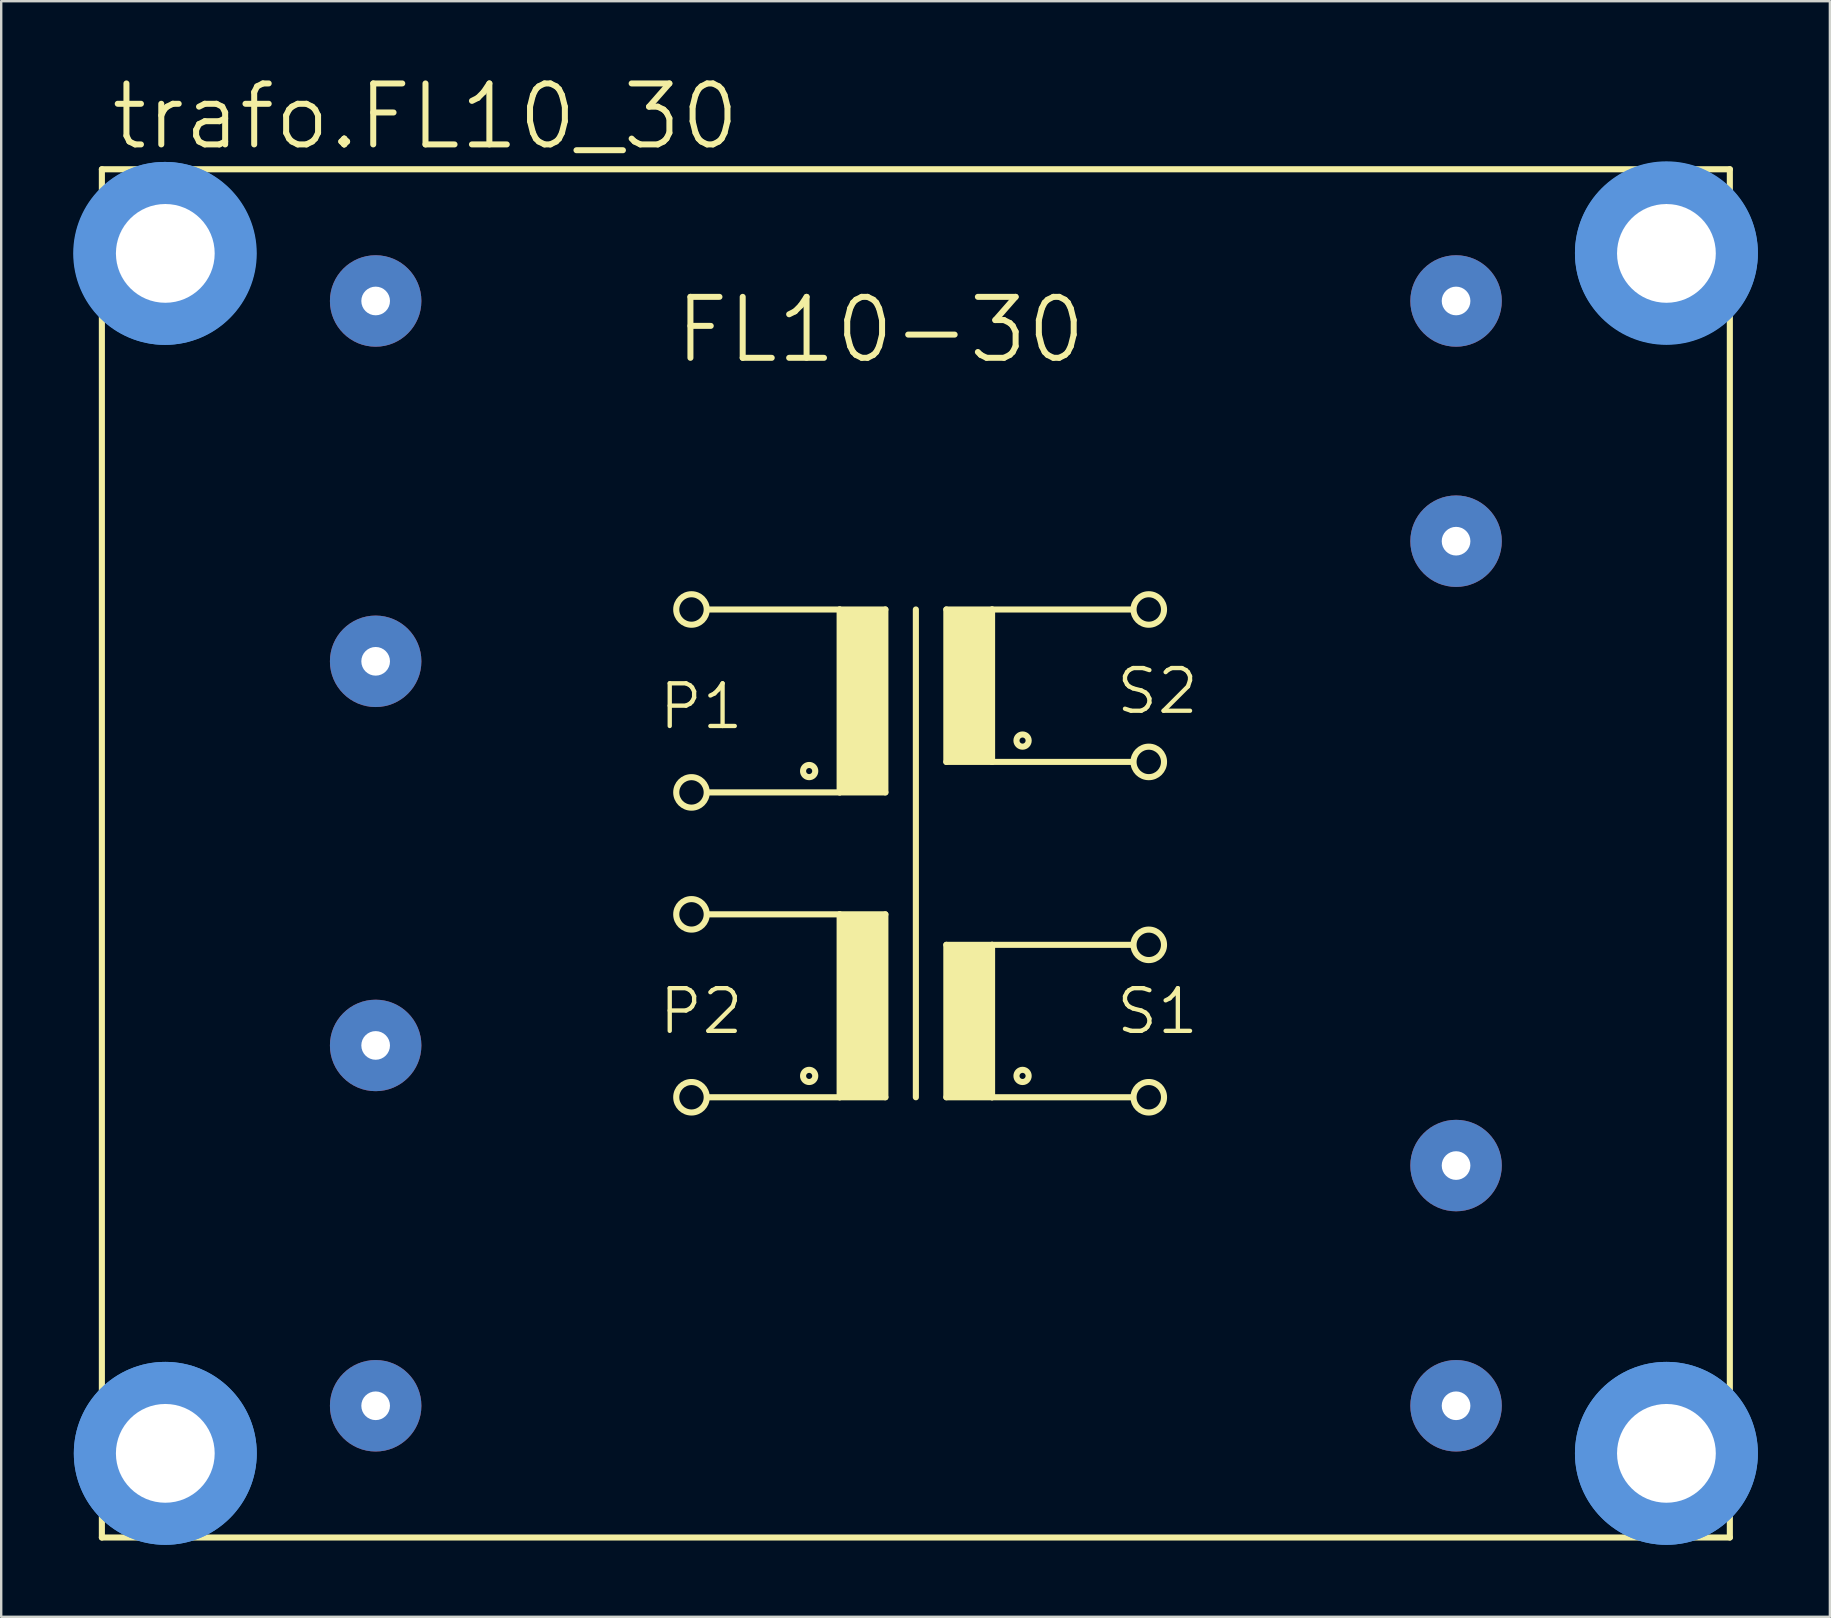
<source format=kicad_pcb>
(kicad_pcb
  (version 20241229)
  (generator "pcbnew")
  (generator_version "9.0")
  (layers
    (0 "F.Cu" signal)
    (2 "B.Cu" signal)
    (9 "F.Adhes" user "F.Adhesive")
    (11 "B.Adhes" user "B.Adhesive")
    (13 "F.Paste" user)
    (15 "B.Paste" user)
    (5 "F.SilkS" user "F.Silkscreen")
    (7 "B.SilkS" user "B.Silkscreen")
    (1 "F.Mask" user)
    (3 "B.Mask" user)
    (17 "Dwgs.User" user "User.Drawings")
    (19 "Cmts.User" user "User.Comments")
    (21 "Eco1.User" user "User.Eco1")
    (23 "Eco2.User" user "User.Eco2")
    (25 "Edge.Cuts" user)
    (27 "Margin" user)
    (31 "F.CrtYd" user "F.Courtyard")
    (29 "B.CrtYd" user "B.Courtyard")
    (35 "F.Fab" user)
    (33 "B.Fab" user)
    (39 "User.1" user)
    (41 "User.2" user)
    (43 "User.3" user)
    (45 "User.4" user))
  (footprint "trafo.FL10_30"
    (layer "F.Cu")
    (at 35.103 32.5)
    (property "Reference" "trafo.FL10_30" (at -33.655 -29.21 0) (layer "F.SilkS") (effects (font (size 2.54 2.54) (thickness 0.25)) (justify left bottom)))
    (attr through_hole)
    (fp_line (start -33.909 -28.499) (end -33.909 28.499) (stroke (width 0.254) (type default)) (layer "F.SilkS"))
    (fp_line (start -33.909 -28.499) (end 33.909 -28.499) (stroke (width 0.254) (type default)) (layer "F.SilkS"))
    (fp_line (start -8.636 -10.16) (end -3.175 -10.16) (stroke (width 0.254) (type default)) (layer "F.SilkS"))
    (fp_line (start -8.636 2.54) (end -3.175 2.54) (stroke (width 0.254) (type default)) (layer "F.SilkS"))
    (fp_line (start -3.175 -10.16) (end -3.175 -2.54) (stroke (width 0.254) (type default)) (layer "F.SilkS"))
    (fp_line (start -3.175 -10.16) (end -1.27 -10.16) (stroke (width 0.254) (type default)) (layer "F.SilkS"))
    (fp_line (start -3.175 -2.54) (end -8.636 -2.54) (stroke (width 0.254) (type default)) (layer "F.SilkS"))
    (fp_line (start -3.175 2.54) (end -3.175 10.16) (stroke (width 0.254) (type default)) (layer "F.SilkS"))
    (fp_line (start -3.175 2.54) (end -1.27 2.54) (stroke (width 0.254) (type default)) (layer "F.SilkS"))
    (fp_line (start -3.175 10.16) (end -8.636 10.16) (stroke (width 0.254) (type default)) (layer "F.SilkS"))
    (fp_line (start -1.27 -10.16) (end -1.27 -2.54) (stroke (width 0.254) (type default)) (layer "F.SilkS"))
    (fp_line (start -1.27 -2.54) (end -3.175 -2.54) (stroke (width 0.254) (type default)) (layer "F.SilkS"))
    (fp_line (start -1.27 2.54) (end -1.27 10.16) (stroke (width 0.254) (type default)) (layer "F.SilkS"))
    (fp_line (start -1.27 10.16) (end -3.175 10.16) (stroke (width 0.254) (type default)) (layer "F.SilkS"))
    (fp_line (start 0 -10.16) (end 0 10.16) (stroke (width 0.254) (type default)) (layer "F.SilkS"))
    (fp_line (start 1.27 -10.16) (end 1.27 -3.81) (stroke (width 0.254) (type default)) (layer "F.SilkS"))
    (fp_line (start 1.27 -10.16) (end 3.175 -10.16) (stroke (width 0.254) (type default)) (layer "F.SilkS"))
    (fp_line (start 1.27 -3.81) (end 3.175 -3.81) (stroke (width 0.254) (type default)) (layer "F.SilkS"))
    (fp_line (start 1.27 3.81) (end 1.27 10.16) (stroke (width 0.254) (type default)) (layer "F.SilkS"))
    (fp_line (start 1.27 3.81) (end 3.175 3.81) (stroke (width 0.254) (type default)) (layer "F.SilkS"))
    (fp_line (start 1.27 10.16) (end 3.175 10.16) (stroke (width 0.254) (type default)) (layer "F.SilkS"))
    (fp_line (start 3.175 -10.16) (end 9.017 -10.16) (stroke (width 0.254) (type default)) (layer "F.SilkS"))
    (fp_line (start 3.175 -3.81) (end 3.175 -10.16) (stroke (width 0.254) (type default)) (layer "F.SilkS"))
    (fp_line (start 3.175 -3.81) (end 9.017 -3.81) (stroke (width 0.254) (type default)) (layer "F.SilkS"))
    (fp_line (start 3.175 3.81) (end 9.017 3.81) (stroke (width 0.254) (type default)) (layer "F.SilkS"))
    (fp_line (start 3.175 10.16) (end 3.175 3.81) (stroke (width 0.254) (type default)) (layer "F.SilkS"))
    (fp_line (start 3.175 10.16) (end 9.017 10.16) (stroke (width 0.254) (type default)) (layer "F.SilkS"))
    (fp_line (start 33.909 28.499) (end -33.909 28.499) (stroke (width 0.254) (type default)) (layer "F.SilkS"))
    (fp_line (start 33.909 28.499) (end 33.909 -28.499) (stroke (width 0.254) (type default)) (layer "F.SilkS"))
    (fp_rect (start -3.175 -2.54) (end -1.27 -10.16) (stroke (width 0.05) (type default)) (fill yes) (layer "F.SilkS"))
    (fp_rect (start -3.175 10.16) (end -1.27 2.54) (stroke (width 0.05) (type default)) (fill yes) (layer "F.SilkS"))
    (fp_rect (start 1.27 -3.81) (end 3.175 -10.16) (stroke (width 0.05) (type default)) (fill yes) (layer "F.SilkS"))
    (fp_rect (start 1.27 10.16) (end 3.175 3.81) (stroke (width 0.05) (type default)) (fill yes) (layer "F.SilkS"))
    (fp_circle (center -9.347 -10.16) (end -8.712 -10.16) (stroke (width 0.254) (type default)) (fill no) (layer "F.SilkS"))
    (fp_circle (center -9.347 -2.54) (end -8.712 -2.54) (stroke (width 0.254) (type default)) (fill no) (layer "F.SilkS"))
    (fp_circle (center -9.347 2.54) (end -8.712 2.54) (stroke (width 0.254) (type default)) (fill no) (layer "F.SilkS"))
    (fp_circle (center -9.347 10.16) (end -8.712 10.16) (stroke (width 0.254) (type default)) (fill no) (layer "F.SilkS"))
    (fp_circle (center -4.445 -3.429) (end -4.191 -3.429) (stroke (width 0.254) (type default)) (fill no) (layer "F.SilkS"))
    (fp_circle (center -4.445 9.271) (end -4.191 9.271) (stroke (width 0.254) (type default)) (fill no) (layer "F.SilkS"))
    (fp_circle (center 4.445 -4.699) (end 4.699 -4.699) (stroke (width 0.254) (type default)) (fill no) (layer "F.SilkS"))
    (fp_circle (center 4.445 9.271) (end 4.699 9.271) (stroke (width 0.254) (type default)) (fill no) (layer "F.SilkS"))
    (fp_circle (center 9.703 -10.16) (end 10.338 -10.16) (stroke (width 0.254) (type default)) (fill no) (layer "F.SilkS"))
    (fp_circle (center 9.703 -3.81) (end 10.338 -3.81) (stroke (width 0.254) (type default)) (fill no) (layer "F.SilkS"))
    (fp_circle (center 9.703 3.81) (end 10.338 3.81) (stroke (width 0.254) (type default)) (fill no) (layer "F.SilkS"))
    (fp_circle (center 9.703 10.16) (end 10.338 10.16) (stroke (width 0.254) (type default)) (fill no) (layer "F.SilkS"))
    (fp_circle (center -31.293 -24.994) (end -28.372 -24.994) (stroke (width 1.778) (type default)) (fill no) (layer "Cmts.User"))
    (fp_circle (center -31.267 -24.994) (end -28.346 -24.994) (stroke (width 1.778) (type default)) (fill no) (layer "Cmts.User"))
    (fp_circle (center -31.267 24.994) (end -28.346 24.994) (stroke (width 1.778) (type default)) (fill no) (layer "Cmts.User"))
    (fp_circle (center -31.267 24.994) (end -28.346 24.994) (stroke (width 1.778) (type default)) (fill no) (layer "Cmts.User"))
    (fp_circle (center 31.267 -25.019) (end 34.188 -25.019) (stroke (width 1.778) (type default)) (fill no) (layer "Cmts.User"))
    (fp_circle (center 31.267 -24.994) (end 34.188 -24.994) (stroke (width 1.778) (type default)) (fill no) (layer "Cmts.User"))
    (fp_circle (center 31.267 24.994) (end 34.188 24.994) (stroke (width 1.778) (type default)) (fill no) (layer "Cmts.User"))
    (fp_circle (center 31.267 24.994) (end 34.188 24.994) (stroke (width 1.778) (type default)) (fill no) (layer "Cmts.User"))
    (fp_text user "FL10-30" (at -10.16 -20.32 0) (layer "F.SilkS") (effects (font (size 2.54 2.54) (thickness 0.25)) (justify left bottom)))
    (fp_text user "S1" (at 8.255 7.62 0) (layer "F.SilkS") (effects (font (size 1.778 1.778) (thickness 0.18)) (justify left bottom)))
    (fp_text user "P1" (at -10.795 -5.08 0) (layer "F.SilkS") (effects (font (size 1.778 1.778) (thickness 0.18)) (justify left bottom)))
    (fp_text user "S2" (at 8.255 -5.715 0) (layer "F.SilkS") (effects (font (size 1.778 1.778) (thickness 0.18)) (justify left bottom)))
    (fp_text user "P2" (at -10.795 7.62 0) (layer "F.SilkS") (effects (font (size 1.778 1.778) (thickness 0.18)) (justify left bottom)))
    (pad "" np_thru_hole circle (at -31.267 -24.994) (size 4.115 4.115) (drill 4.115) (layers "*.Cu" "*.Mask"))
    (pad "" np_thru_hole circle (at -31.267 24.994) (size 4.115 4.115) (drill 4.115) (layers "*.Cu" "*.Mask"))
    (pad "" np_thru_hole circle (at 31.267 -24.994) (size 4.115 4.115) (drill 4.115) (layers "*.Cu" "*.Mask"))
    (pad "" np_thru_hole circle (at 31.267 24.994) (size 4.115 4.115) (drill 4.115) (layers "*.Cu" "*.Mask"))
    (pad "1" thru_hole circle (at -22.504 -23.012) (size 3.81 3.81) (drill 1.194) (layers "*.Cu" "*.Mask"))
    (pad "2" thru_hole circle (at -22.504 -8.001) (size 3.81 3.81) (drill 1.194) (layers "*.Cu" "*.Mask"))
    (pad "3" thru_hole circle (at -22.504 8.001) (size 3.81 3.81) (drill 1.194) (layers "*.Cu" "*.Mask"))
    (pad "4" thru_hole circle (at -22.504 23.012) (size 3.81 3.81) (drill 1.194) (layers "*.Cu" "*.Mask"))
    (pad "5" thru_hole circle (at 22.504 23.012) (size 3.81 3.81) (drill 1.194) (layers "*.Cu" "*.Mask"))
    (pad "6" thru_hole circle (at 22.504 13.005) (size 3.81 3.81) (drill 1.194) (layers "*.Cu" "*.Mask"))
    (pad "7" thru_hole circle (at 22.504 -13.005) (size 3.81 3.81) (drill 1.194) (layers "*.Cu" "*.Mask"))
    (pad "8" thru_hole circle (at 22.504 -23.012) (size 3.81 3.81) (drill 1.194) (layers "*.Cu" "*.Mask")))
  (gr_rect
    (start -3 -3)
    (end 73.18 64.304)
    (stroke (width 0.1) (type default))
    (fill no)
    (layer "Edge.Cuts")))
</source>
